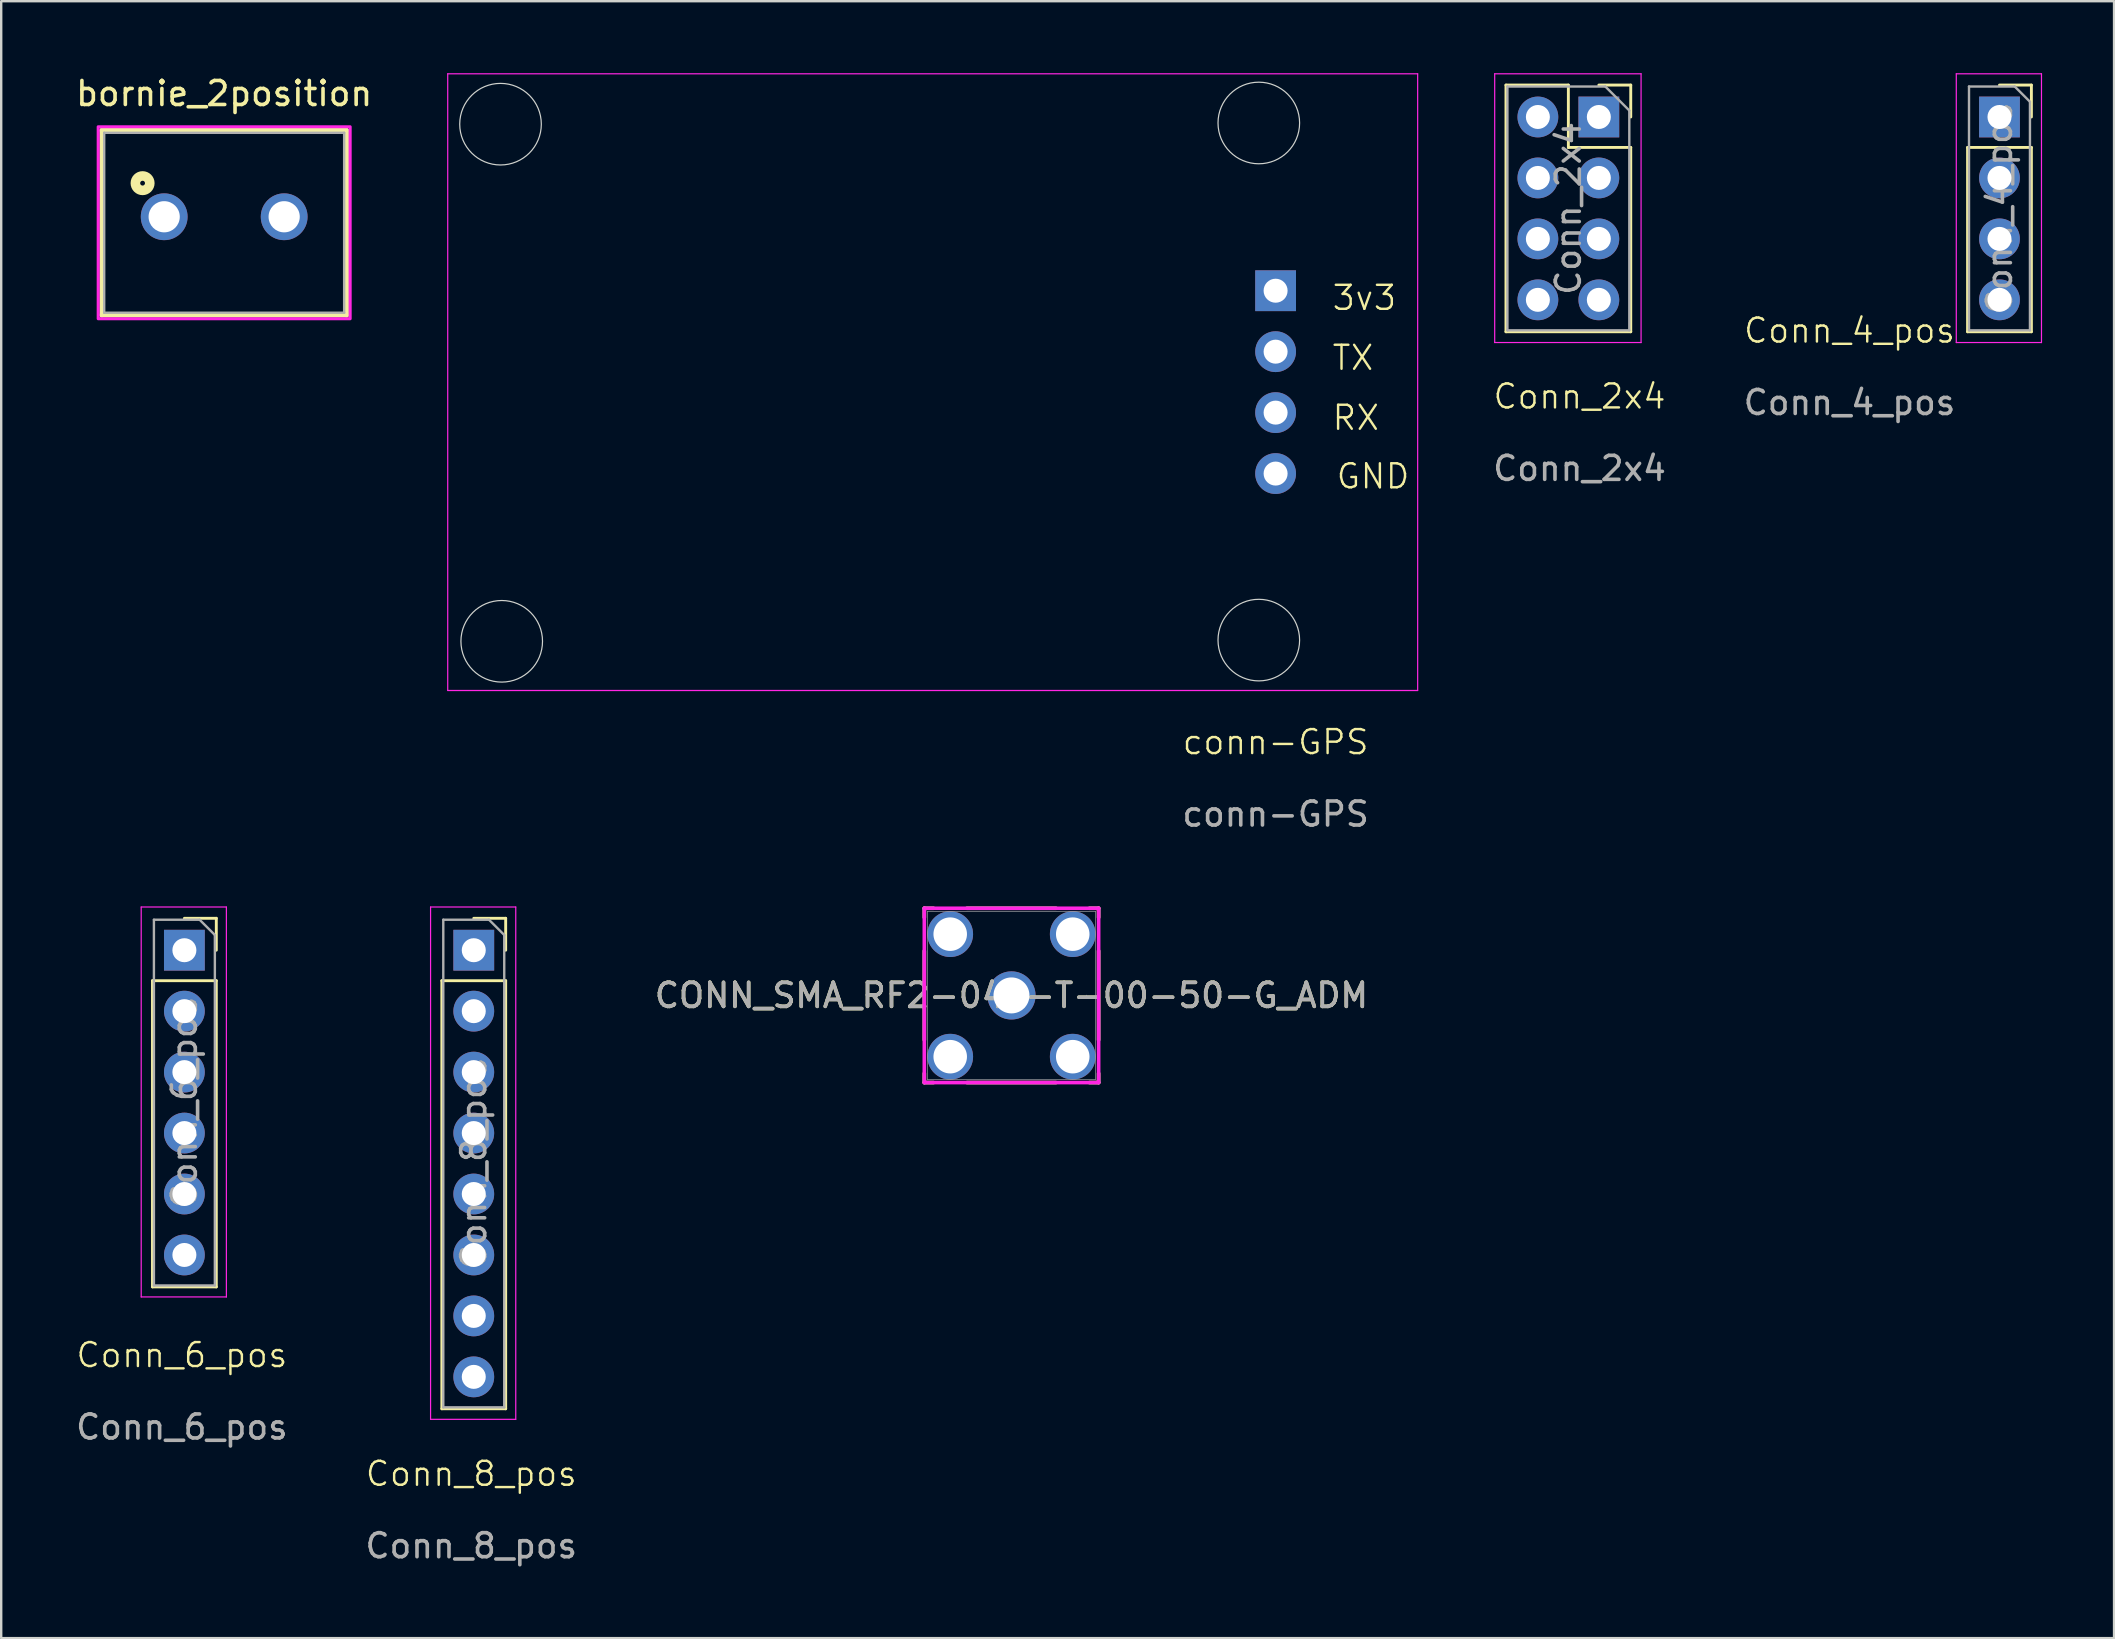
<source format=kicad_pcb>
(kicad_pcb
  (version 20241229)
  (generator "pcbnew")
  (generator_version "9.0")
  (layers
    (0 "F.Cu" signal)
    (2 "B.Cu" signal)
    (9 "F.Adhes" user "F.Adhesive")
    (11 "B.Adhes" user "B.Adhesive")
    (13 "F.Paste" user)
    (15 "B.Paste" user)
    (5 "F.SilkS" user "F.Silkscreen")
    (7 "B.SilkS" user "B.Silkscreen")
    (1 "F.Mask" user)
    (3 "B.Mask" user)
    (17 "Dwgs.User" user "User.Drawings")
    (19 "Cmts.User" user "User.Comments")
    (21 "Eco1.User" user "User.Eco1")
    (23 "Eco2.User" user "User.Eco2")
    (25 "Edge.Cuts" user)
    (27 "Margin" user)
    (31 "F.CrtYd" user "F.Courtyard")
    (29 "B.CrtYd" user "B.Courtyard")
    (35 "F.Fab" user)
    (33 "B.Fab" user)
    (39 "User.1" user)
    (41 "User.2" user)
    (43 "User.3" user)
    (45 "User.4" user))
  (footprint "CONN_SMA_RF2-04A-T-00-50-G_ADM"
    (layer "F.Cu")
    (at 39.101 38.432)
    (property "Reference" "CONN_SMA_RF2-04A-T-00-50-G_ADM" (at 0 0 0) (unlocked yes) (layer "F.SilkS") (effects (font (size 1 1) (thickness 0.15))))
    (attr through_hole)
    (fp_line (start -3.632 -3.632) (end -3.632 -3.25) (stroke (width 0.152) (type solid)) (layer "F.SilkS"))
    (fp_line (start -3.632 -1.855) (end -3.632 1.855) (stroke (width 0.152) (type solid)) (layer "F.SilkS"))
    (fp_line (start -3.632 3.25) (end -3.632 3.632) (stroke (width 0.152) (type solid)) (layer "F.SilkS"))
    (fp_line (start -3.632 3.632) (end -3.25 3.632) (stroke (width 0.152) (type solid)) (layer "F.SilkS"))
    (fp_line (start -3.25 -3.632) (end -3.632 -3.632) (stroke (width 0.152) (type solid)) (layer "F.SilkS"))
    (fp_line (start -1.855 3.632) (end 1.855 3.632) (stroke (width 0.152) (type solid)) (layer "F.SilkS"))
    (fp_line (start 1.855 -3.632) (end -1.855 -3.632) (stroke (width 0.152) (type solid)) (layer "F.SilkS"))
    (fp_line (start 3.25 3.632) (end 3.632 3.632) (stroke (width 0.152) (type solid)) (layer "F.SilkS"))
    (fp_line (start 3.632 -3.632) (end 3.25 -3.632) (stroke (width 0.152) (type solid)) (layer "F.SilkS"))
    (fp_line (start 3.632 -3.25) (end 3.632 -3.632) (stroke (width 0.152) (type solid)) (layer "F.SilkS"))
    (fp_line (start 3.632 1.855) (end 3.632 -1.855) (stroke (width 0.152) (type solid)) (layer "F.SilkS"))
    (fp_line (start 3.632 3.632) (end 3.632 3.25) (stroke (width 0.152) (type solid)) (layer "F.SilkS"))
    (fp_line (start -3.632 -3.632) (end 3.632 -3.632) (stroke (width 0.152) (type solid)) (layer "F.CrtYd"))
    (fp_line (start -3.632 3.632) (end -3.632 -3.632) (stroke (width 0.152) (type solid)) (layer "F.CrtYd"))
    (fp_line (start 3.632 -3.632) (end 3.632 3.632) (stroke (width 0.152) (type solid)) (layer "F.CrtYd"))
    (fp_line (start 3.632 3.632) (end -3.632 3.632) (stroke (width 0.152) (type solid)) (layer "F.CrtYd"))
    (fp_line (start -3.505 -3.505) (end -3.505 3.505) (stroke (width 0.025) (type solid)) (layer "F.Fab"))
    (fp_line (start -3.505 3.505) (end 3.505 3.505) (stroke (width 0.025) (type solid)) (layer "F.Fab"))
    (fp_line (start 3.505 -3.505) (end -3.505 -3.505) (stroke (width 0.025) (type solid)) (layer "F.Fab"))
    (fp_line (start 3.505 3.505) (end 3.505 -3.505) (stroke (width 0.025) (type solid)) (layer "F.Fab"))
    (fp_circle (center 3.124 0) (end 3.124 0) (stroke (width 0.025) (type solid)) (fill no) (layer "F.Fab"))
    (fp_text user "${REFERENCE}" (at 0 0 0) (unlocked yes) (layer "F.Fab") (effects (font (size 1 1) (thickness 0.15))))
    (pad "1" thru_hole circle (at 0 0) (size 2.007 2.007) (drill 1.499) (layers "*.Cu" "*.Mask"))
    (pad "2" thru_hole circle (at -2.553 -2.553) (size 1.905 1.905) (drill 1.397) (layers "*.Cu" "*.Mask"))
    (pad "3" thru_hole circle (at -2.553 2.553) (size 1.905 1.905) (drill 1.397) (layers "*.Cu" "*.Mask"))
    (pad "4" thru_hole circle (at 2.553 2.553) (size 1.905 1.905) (drill 1.397) (layers "*.Cu" "*.Mask"))
    (pad "5" thru_hole circle (at 2.553 -2.553) (size 1.905 1.905) (drill 1.397) (layers "*.Cu" "*.Mask")))
  (footprint "Conn_2x4"
    (layer "F.Cu")
    (at 62.774 13.971)
    (property "Reference" "Conn_2x4" (at 0 -0.5 0) (unlocked yes) (layer "F.SilkS") (effects (font (size 1 1) (thickness 0.1))))
    (attr through_hole)
    (fp_line (start -3.066 -13.476) (end -3.066 -3.196) (stroke (width 0.12) (type solid)) (layer "F.SilkS"))
    (fp_line (start -3.066 -13.476) (end -0.466 -13.476) (stroke (width 0.12) (type solid)) (layer "F.SilkS"))
    (fp_line (start -3.066 -3.196) (end 2.134 -3.196) (stroke (width 0.12) (type solid)) (layer "F.SilkS"))
    (fp_line (start -0.466 -13.476) (end -0.466 -10.876) (stroke (width 0.12) (type solid)) (layer "F.SilkS"))
    (fp_line (start -0.466 -10.876) (end 2.134 -10.876) (stroke (width 0.12) (type solid)) (layer "F.SilkS"))
    (fp_line (start 0.804 -13.476) (end 2.134 -13.476) (stroke (width 0.12) (type solid)) (layer "F.SilkS"))
    (fp_line (start 2.134 -13.476) (end 2.134 -12.146) (stroke (width 0.12) (type solid)) (layer "F.SilkS"))
    (fp_line (start 2.134 -10.876) (end 2.134 -3.196) (stroke (width 0.12) (type solid)) (layer "F.SilkS"))
    (fp_line (start -3.536 -13.946) (end 2.564 -13.946) (stroke (width 0.05) (type solid)) (layer "F.CrtYd"))
    (fp_line (start -3.536 -2.746) (end -3.536 -13.946) (stroke (width 0.05) (type solid)) (layer "F.CrtYd"))
    (fp_line (start 2.564 -13.946) (end 2.564 -2.746) (stroke (width 0.05) (type solid)) (layer "F.CrtYd"))
    (fp_line (start 2.564 -2.746) (end -3.536 -2.746) (stroke (width 0.05) (type solid)) (layer "F.CrtYd"))
    (fp_line (start -3.006 -13.416) (end 1.074 -13.416) (stroke (width 0.1) (type solid)) (layer "F.Fab"))
    (fp_line (start -3.006 -3.256) (end -3.006 -13.416) (stroke (width 0.1) (type solid)) (layer "F.Fab"))
    (fp_line (start 1.074 -13.416) (end 2.074 -12.416) (stroke (width 0.1) (type solid)) (layer "F.Fab"))
    (fp_line (start 2.074 -12.416) (end 2.074 -3.256) (stroke (width 0.1) (type solid)) (layer "F.Fab"))
    (fp_line (start 2.074 -3.256) (end -3.006 -3.256) (stroke (width 0.1) (type solid)) (layer "F.Fab"))
    (fp_text user "${REFERENCE}" (at 0 2.5 0) (unlocked yes) (layer "F.Fab") (effects (font (size 1 1) (thickness 0.15))))
    (fp_text user "${REFERENCE}" (at -0.466 -8.336 90) (layer "F.Fab") (effects (font (size 1 1) (thickness 0.15))))
    (pad "1" thru_hole rect (at 0.804 -12.146) (size 1.7 1.7) (drill 1) (layers "*.Cu" "*.Mask"))
    (pad "2" thru_hole oval (at -1.736 -12.146) (size 1.7 1.7) (drill 1) (layers "*.Cu" "*.Mask"))
    (pad "3" thru_hole oval (at 0.804 -9.606) (size 1.7 1.7) (drill 1) (layers "*.Cu" "*.Mask"))
    (pad "4" thru_hole oval (at -1.736 -9.606) (size 1.7 1.7) (drill 1) (layers "*.Cu" "*.Mask"))
    (pad "5" thru_hole oval (at 0.804 -7.066) (size 1.7 1.7) (drill 1) (layers "*.Cu" "*.Mask"))
    (pad "6" thru_hole oval (at -1.736 -7.066) (size 1.7 1.7) (drill 1) (layers "*.Cu" "*.Mask"))
    (pad "7" thru_hole oval (at 0.804 -4.526) (size 1.7 1.7) (drill 1) (layers "*.Cu" "*.Mask"))
    (pad "8" thru_hole oval (at -1.736 -4.526) (size 1.7 1.7) (drill 1) (layers "*.Cu" "*.Mask")))
  (footprint "Conn_6_pos"
    (layer "F.Cu")
    (at 4.53 53.919)
    (property "Reference" "Conn_6_pos" (at 0 -0.5 0) (unlocked yes) (layer "F.SilkS") (effects (font (size 1 1) (thickness 0.1))))
    (attr through_hole)
    (fp_line (start -1.226 -16.101) (end -1.226 -3.341) (stroke (width 0.12) (type solid)) (layer "F.SilkS"))
    (fp_line (start -1.226 -16.101) (end 1.434 -16.101) (stroke (width 0.12) (type solid)) (layer "F.SilkS"))
    (fp_line (start -1.226 -3.341) (end 1.434 -3.341) (stroke (width 0.12) (type solid)) (layer "F.SilkS"))
    (fp_line (start 0.104 -18.701) (end 1.434 -18.701) (stroke (width 0.12) (type solid)) (layer "F.SilkS"))
    (fp_line (start 1.434 -18.701) (end 1.434 -17.371) (stroke (width 0.12) (type solid)) (layer "F.SilkS"))
    (fp_line (start 1.434 -16.101) (end 1.434 -3.341) (stroke (width 0.12) (type solid)) (layer "F.SilkS"))
    (fp_line (start -1.696 -19.171) (end 1.854 -19.171) (stroke (width 0.05) (type solid)) (layer "F.CrtYd"))
    (fp_line (start -1.696 -2.921) (end -1.696 -19.171) (stroke (width 0.05) (type solid)) (layer "F.CrtYd"))
    (fp_line (start 1.854 -19.171) (end 1.854 -2.921) (stroke (width 0.05) (type solid)) (layer "F.CrtYd"))
    (fp_line (start 1.854 -2.921) (end -1.696 -2.921) (stroke (width 0.05) (type solid)) (layer "F.CrtYd"))
    (fp_line (start -1.166 -18.641) (end 0.739 -18.641) (stroke (width 0.1) (type solid)) (layer "F.Fab"))
    (fp_line (start -1.166 -3.401) (end -1.166 -18.641) (stroke (width 0.1) (type solid)) (layer "F.Fab"))
    (fp_line (start 0.739 -18.641) (end 1.374 -18.006) (stroke (width 0.1) (type solid)) (layer "F.Fab"))
    (fp_line (start 1.374 -18.006) (end 1.374 -3.401) (stroke (width 0.1) (type solid)) (layer "F.Fab"))
    (fp_line (start 1.374 -3.401) (end -1.166 -3.401) (stroke (width 0.1) (type solid)) (layer "F.Fab"))
    (fp_text user "${REFERENCE}" (at 0 2.5 0) (unlocked yes) (layer "F.Fab") (effects (font (size 1 1) (thickness 0.15))))
    (fp_text user "${REFERENCE}" (at 0.104 -11.021 90) (layer "F.Fab") (effects (font (size 1 1) (thickness 0.15))))
    (pad "1" thru_hole rect (at 0.104 -17.371) (size 1.7 1.7) (drill 1) (layers "*.Cu" "*.Mask"))
    (pad "2" thru_hole oval (at 0.104 -14.831) (size 1.7 1.7) (drill 1) (layers "*.Cu" "*.Mask"))
    (pad "3" thru_hole oval (at 0.104 -12.291) (size 1.7 1.7) (drill 1) (layers "*.Cu" "*.Mask"))
    (pad "4" thru_hole oval (at 0.104 -9.751) (size 1.7 1.7) (drill 1) (layers "*.Cu" "*.Mask"))
    (pad "5" thru_hole oval (at 0.104 -7.211) (size 1.7 1.7) (drill 1) (layers "*.Cu" "*.Mask"))
    (pad "6" thru_hole oval (at 0.104 -4.671) (size 1.7 1.7) (drill 1) (layers "*.Cu" "*.Mask")))
  (footprint "Conn_8_pos"
    (layer "F.Cu")
    (at 16.589 58.867)
    (property "Reference" "Conn_8_pos" (at 0 -0.5 0) (unlocked yes) (layer "F.SilkS") (effects (font (size 1 1) (thickness 0.1))))
    (attr through_hole)
    (fp_line (start -1.226 -21.049) (end -1.226 -3.209) (stroke (width 0.12) (type solid)) (layer "F.SilkS"))
    (fp_line (start -1.226 -21.049) (end 1.434 -21.049) (stroke (width 0.12) (type solid)) (layer "F.SilkS"))
    (fp_line (start -1.226 -3.209) (end 1.434 -3.209) (stroke (width 0.12) (type solid)) (layer "F.SilkS"))
    (fp_line (start 0.104 -23.649) (end 1.434 -23.649) (stroke (width 0.12) (type solid)) (layer "F.SilkS"))
    (fp_line (start 1.434 -23.649) (end 1.434 -22.319) (stroke (width 0.12) (type solid)) (layer "F.SilkS"))
    (fp_line (start 1.434 -21.049) (end 1.434 -3.209) (stroke (width 0.12) (type solid)) (layer "F.SilkS"))
    (fp_line (start -1.696 -24.119) (end 1.854 -24.119) (stroke (width 0.05) (type solid)) (layer "F.CrtYd"))
    (fp_line (start -1.696 -2.769) (end -1.696 -24.119) (stroke (width 0.05) (type solid)) (layer "F.CrtYd"))
    (fp_line (start 1.854 -24.119) (end 1.854 -2.769) (stroke (width 0.05) (type solid)) (layer "F.CrtYd"))
    (fp_line (start 1.854 -2.769) (end -1.696 -2.769) (stroke (width 0.05) (type solid)) (layer "F.CrtYd"))
    (fp_line (start -1.166 -23.589) (end 0.739 -23.589) (stroke (width 0.1) (type solid)) (layer "F.Fab"))
    (fp_line (start -1.166 -3.269) (end -1.166 -23.589) (stroke (width 0.1) (type solid)) (layer "F.Fab"))
    (fp_line (start 0.739 -23.589) (end 1.374 -22.954) (stroke (width 0.1) (type solid)) (layer "F.Fab"))
    (fp_line (start 1.374 -22.954) (end 1.374 -3.269) (stroke (width 0.1) (type solid)) (layer "F.Fab"))
    (fp_line (start 1.374 -3.269) (end -1.166 -3.269) (stroke (width 0.1) (type solid)) (layer "F.Fab"))
    (fp_text user "${REFERENCE}" (at 0.104 -13.429 90) (layer "F.Fab") (effects (font (size 1 1) (thickness 0.15))))
    (fp_text user "${REFERENCE}" (at 0 2.5 0) (unlocked yes) (layer "F.Fab") (effects (font (size 1 1) (thickness 0.15))))
    (pad "1" thru_hole rect (at 0.104 -22.319) (size 1.7 1.7) (drill 1) (layers "*.Cu" "*.Mask"))
    (pad "2" thru_hole oval (at 0.104 -19.779) (size 1.7 1.7) (drill 1) (layers "*.Cu" "*.Mask"))
    (pad "3" thru_hole oval (at 0.104 -17.239) (size 1.7 1.7) (drill 1) (layers "*.Cu" "*.Mask"))
    (pad "4" thru_hole oval (at 0.104 -14.699) (size 1.7 1.7) (drill 1) (layers "*.Cu" "*.Mask"))
    (pad "5" thru_hole oval (at 0.104 -12.159) (size 1.7 1.7) (drill 1) (layers "*.Cu" "*.Mask"))
    (pad "6" thru_hole oval (at 0.104 -9.619) (size 1.7 1.7) (drill 1) (layers "*.Cu" "*.Mask"))
    (pad "7" thru_hole oval (at 0.104 -7.079) (size 1.7 1.7) (drill 1) (layers "*.Cu" "*.Mask"))
    (pad "8" thru_hole oval (at 0.104 -4.539) (size 1.7 1.7) (drill 1) (layers "*.Cu" "*.Mask")))
  (footprint "Conn_4_pos"
    (layer "F.Cu")
    (at 74.024 11.225)
    (property "Reference" "Conn_4_pos" (at 0 -0.5 0) (unlocked yes) (layer "F.SilkS") (effects (font (size 1 1) (thickness 0.1))))
    (attr through_hole)
    (fp_line (start 4.92 -8.13) (end 4.92 -0.45) (stroke (width 0.12) (type solid)) (layer "F.SilkS"))
    (fp_line (start 4.92 -8.13) (end 7.58 -8.13) (stroke (width 0.12) (type solid)) (layer "F.SilkS"))
    (fp_line (start 4.92 -0.45) (end 7.58 -0.45) (stroke (width 0.12) (type solid)) (layer "F.SilkS"))
    (fp_line (start 6.25 -10.73) (end 7.58 -10.73) (stroke (width 0.12) (type solid)) (layer "F.SilkS"))
    (fp_line (start 7.58 -10.73) (end 7.58 -9.4) (stroke (width 0.12) (type solid)) (layer "F.SilkS"))
    (fp_line (start 7.58 -8.13) (end 7.58 -0.45) (stroke (width 0.12) (type solid)) (layer "F.SilkS"))
    (fp_line (start 4.45 -11.2) (end 8 -11.2) (stroke (width 0.05) (type solid)) (layer "F.CrtYd"))
    (fp_line (start 4.45 0) (end 4.45 -11.2) (stroke (width 0.05) (type solid)) (layer "F.CrtYd"))
    (fp_line (start 8 -11.2) (end 8 0) (stroke (width 0.05) (type solid)) (layer "F.CrtYd"))
    (fp_line (start 8 0) (end 4.45 0) (stroke (width 0.05) (type solid)) (layer "F.CrtYd"))
    (fp_line (start 4.98 -10.67) (end 6.885 -10.67) (stroke (width 0.1) (type solid)) (layer "F.Fab"))
    (fp_line (start 4.98 -0.51) (end 4.98 -10.67) (stroke (width 0.1) (type solid)) (layer "F.Fab"))
    (fp_line (start 6.885 -10.67) (end 7.52 -10.035) (stroke (width 0.1) (type solid)) (layer "F.Fab"))
    (fp_line (start 7.52 -10.035) (end 7.52 -0.51) (stroke (width 0.1) (type solid)) (layer "F.Fab"))
    (fp_line (start 7.52 -0.51) (end 4.98 -0.51) (stroke (width 0.1) (type solid)) (layer "F.Fab"))
    (fp_text user "${REFERENCE}" (at 0 2.5 0) (unlocked yes) (layer "F.Fab") (effects (font (size 1 1) (thickness 0.15))))
    (fp_text user "${REFERENCE}" (at 6.25 -5.59 90) (layer "F.Fab") (effects (font (size 1 1) (thickness 0.15))))
    (pad "1" thru_hole rect (at 6.25 -9.4) (size 1.7 1.7) (drill 1) (layers "*.Cu" "*.Mask"))
    (pad "2" thru_hole oval (at 6.25 -6.86) (size 1.7 1.7) (drill 1) (layers "*.Cu" "*.Mask"))
    (pad "3" thru_hole oval (at 6.25 -4.32) (size 1.7 1.7) (drill 1) (layers "*.Cu" "*.Mask"))
    (pad "4" thru_hole oval (at 6.25 -1.78) (size 1.7 1.7) (drill 1) (layers "*.Cu" "*.Mask")))
  (footprint "bornie_2position"
    (layer "F.Cu")
    (at 6.292 5.983)
    (property "Reference" "bornie_2position" (at 0 -5.135 0) (layer "F.SilkS") (effects (font (size 1 1) (thickness 0.15))))
    (attr through_hole)
    (fp_line (start -5.1 -3.6) (end 5.1 -3.6) (stroke (width 0.2) (type solid)) (layer "F.SilkS"))
    (fp_line (start -5.1 4.1) (end -5.1 -3.6) (stroke (width 0.2) (type solid)) (layer "F.SilkS"))
    (fp_line (start 5.1 -3.6) (end 5.1 4.1) (stroke (width 0.2) (type solid)) (layer "F.SilkS"))
    (fp_line (start 5.1 4.1) (end -5.1 4.1) (stroke (width 0.2) (type solid)) (layer "F.SilkS"))
    (fp_circle (center -3.4 -1.4) (end -3.3 -1.4) (stroke (width 0.4) (type solid)) (fill no) (layer "F.SilkS"))
    (fp_poly (pts (xy -5.25 -3.75) (xy 5.25 -3.75) (xy 5.25 4.25) (xy -5.25 4.25)) (stroke (width 0.127) (type solid)) (fill no) (layer "F.CrtYd"))
    (fp_line (start -5 -3.5) (end 5 -3.5) (stroke (width 0.1) (type solid)) (layer "F.Fab"))
    (fp_line (start -5 4) (end -5 -3.5) (stroke (width 0.1) (type solid)) (layer "F.Fab"))
    (fp_line (start 5 -3.5) (end 5 4) (stroke (width 0.1) (type solid)) (layer "F.Fab"))
    (fp_line (start 5 4) (end -5 4) (stroke (width 0.1) (type solid)) (layer "F.Fab"))
    (pad "1" thru_hole circle (at -2.5 0) (size 1.95 1.95) (drill 1.3) (layers "*.Cu" "*.Mask"))
    (pad "2" thru_hole circle (at 2.5 0) (size 1.95 1.95) (drill 1.3) (layers "*.Cu" "*.Mask")))
  (footprint "conn-GPS"
    (layer "F.Cu")
    (at 50.108 12.875)
    (property "Reference" "conn-GPS" (at 0 15 0) (unlocked yes) (layer "F.SilkS") (effects (font (size 1 1) (thickness 0.1))))
    (attr through_hole)
    (fp_circle (center -32.3 -10.75) (end -30.6 -10.75) (stroke (width 0.05) (type default)) (fill no) (layer "Edge.Cuts"))
    (fp_circle (center -32.25 10.8) (end -30.55 10.8) (stroke (width 0.05) (type default)) (fill no) (layer "Edge.Cuts"))
    (fp_circle (center -0.7 -10.8) (end 1 -10.8) (stroke (width 0.05) (type default)) (fill no) (layer "Edge.Cuts"))
    (fp_circle (center -0.7 10.75) (end 1 10.75) (stroke (width 0.05) (type default)) (fill no) (layer "Edge.Cuts"))
    (fp_line (start -34.5 -12.85) (end 5.92 -12.85) (stroke (width 0.05) (type solid)) (layer "F.CrtYd"))
    (fp_line (start -34.5 12.85) (end -34.5 -12.85) (stroke (width 0.05) (type solid)) (layer "F.CrtYd"))
    (fp_line (start 5.92 -12.85) (end 5.92 12.85) (stroke (width 0.05) (type solid)) (layer "F.CrtYd"))
    (fp_line (start 5.92 12.85) (end -34.5 12.85) (stroke (width 0.05) (type solid)) (layer "F.CrtYd"))
    (fp_text user "TX" (at 2.3 -0.43 0) (unlocked yes) (layer "F.SilkS") (effects (font (size 1 1) (thickness 0.1)) (justify left bottom)))
    (fp_text user "3v3" (at 2.3 -2.93 0) (unlocked yes) (layer "F.SilkS") (effects (font (size 1 1) (thickness 0.1)) (justify left bottom)))
    (fp_text user "GND" (at 2.47 4.508 0) (unlocked yes) (layer "F.SilkS") (effects (font (size 1 1) (thickness 0.1)) (justify left bottom)))
    (fp_text user "RX" (at 2.3 2.07 0) (unlocked yes) (layer "F.SilkS") (effects (font (size 1 1) (thickness 0.1)) (justify left bottom)))
    (fp_text user "${REFERENCE}" (at 0 18 0) (unlocked yes) (layer "F.Fab") (effects (font (size 1 1) (thickness 0.15))))
    (pad "1" thru_hole rect (at 0 -3.81) (size 1.7 1.7) (drill 1) (layers "*.Cu" "*.Mask"))
    (pad "2" thru_hole oval (at 0 -1.27) (size 1.7 1.7) (drill 1) (layers "*.Cu" "*.Mask"))
    (pad "3" thru_hole oval (at 0 1.27) (size 1.7 1.7) (drill 1) (layers "*.Cu" "*.Mask"))
    (pad "4" thru_hole oval (at 0 3.81) (size 1.7 1.7) (drill 1) (layers "*.Cu" "*.Mask")))
  (gr_rect
    (start -3 -3)
    (end 85.049 65.215)
    (stroke (width 0.1) (type default))
    (fill no)
    (layer "Edge.Cuts")))
</source>
